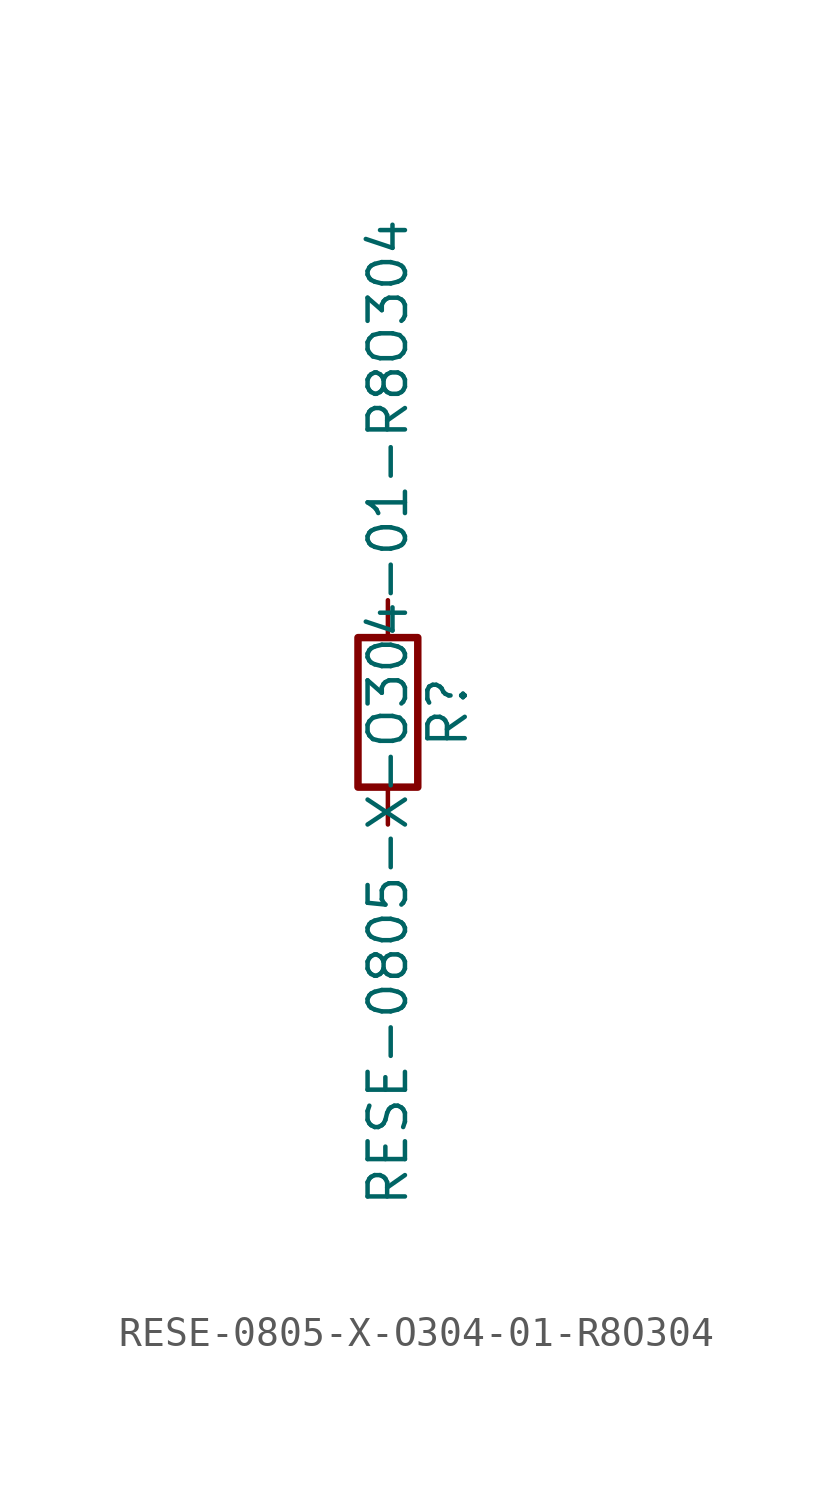
<source format=kicad_sym>
(kicad_symbol_lib
  (version 20211014)
  (generator kicad_symbol_editor)
  (symbol "RESE-0805-X-O304-01-R8O304"
    (pin_numbers hide)
    (pin_names
      (offset 0))
    (property "Reference" "R"
      (at 2.032 0 90)
      (effects (font (size 1.27 1.27))))
    (property "Value" "RESE-0805-X-O304-01-R8O304"
      (at 0 0 90)
      (effects (font (size 1.27 1.27))))
    (symbol "RESE-0805-X-O304-01-R8O304_0_1"
      (rectangle (start -1.016 -2.54) (end 1.016 2.54) (stroke (width 0.254) (type default) (color 0 0 0 0)) (fill (type none))))
    (symbol "RESE-0805-X-O304-01-R8O304_1_1"
      (pin passive line (at 0 3.81 270) (length 1.27) (name "~" (effects (font (size 1.27 1.27)))) (number "1" (effects (font (size 1.27 1.27)))))
      (pin passive line (at 0 -3.81 90) (length 1.27) (name "~" (effects (font (size 1.27 1.27)))) (number "2" (effects (font (size 1.27 1.27))))))))
</source>
